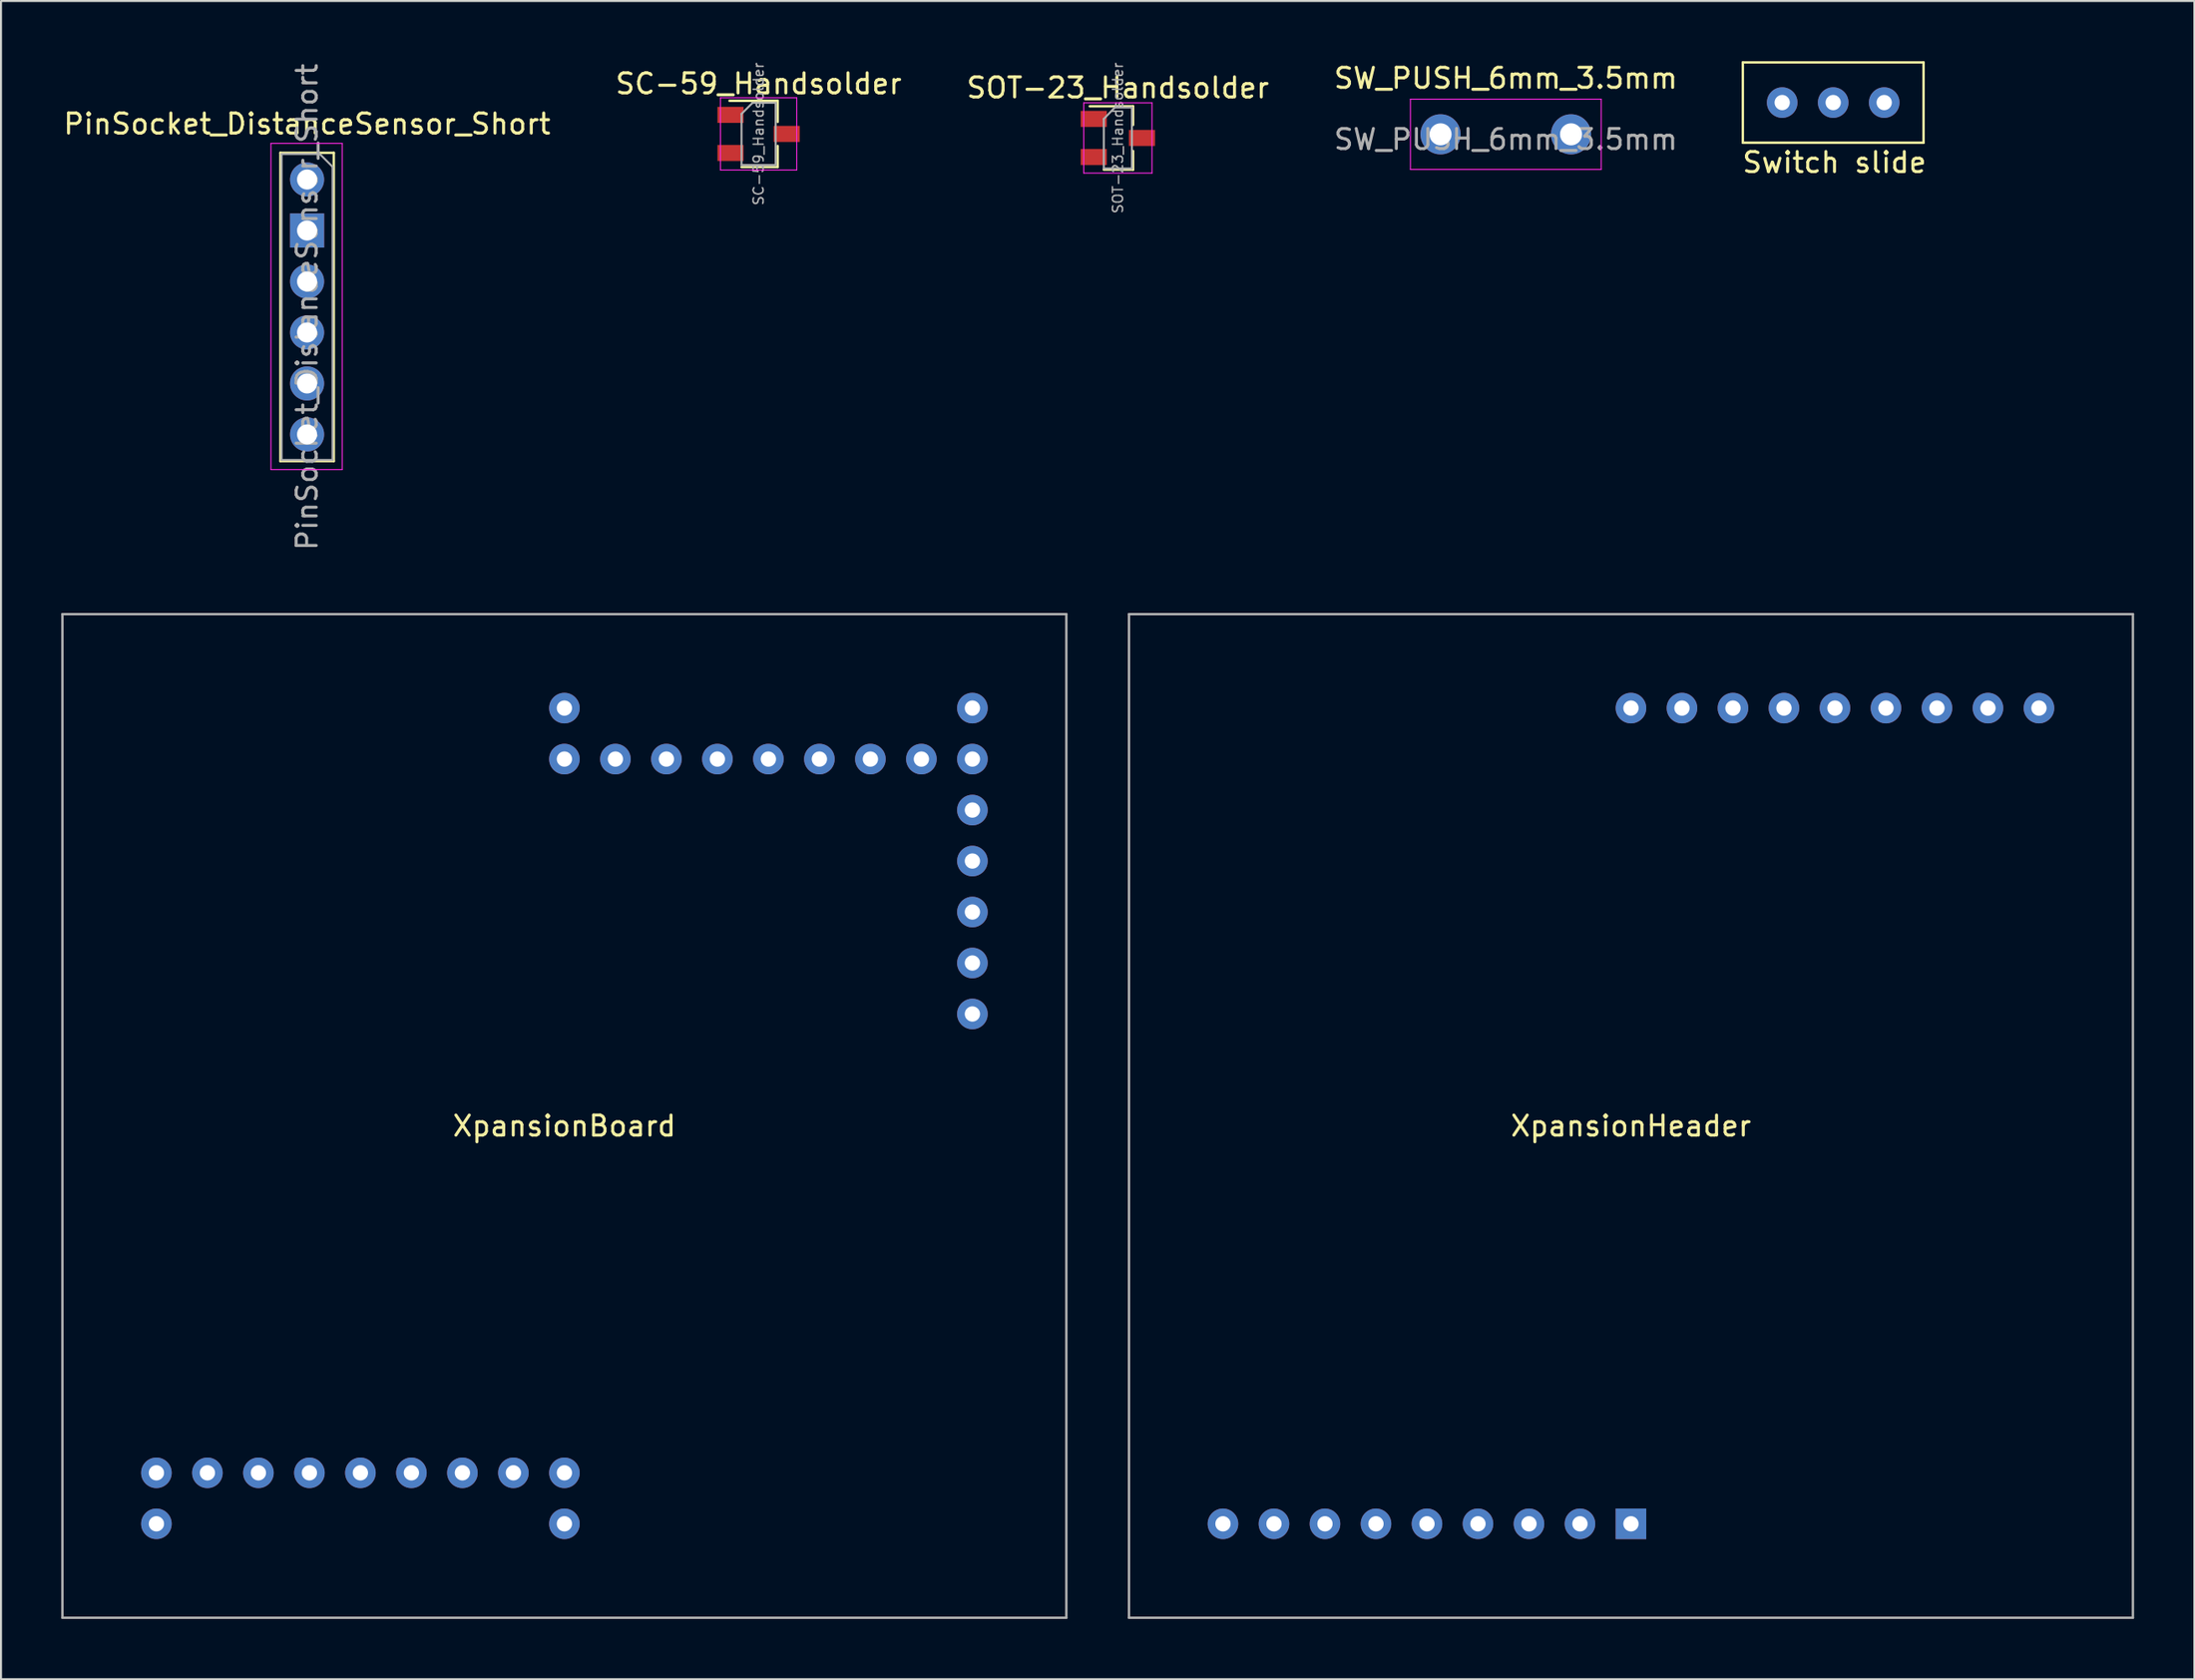
<source format=kicad_pcb>
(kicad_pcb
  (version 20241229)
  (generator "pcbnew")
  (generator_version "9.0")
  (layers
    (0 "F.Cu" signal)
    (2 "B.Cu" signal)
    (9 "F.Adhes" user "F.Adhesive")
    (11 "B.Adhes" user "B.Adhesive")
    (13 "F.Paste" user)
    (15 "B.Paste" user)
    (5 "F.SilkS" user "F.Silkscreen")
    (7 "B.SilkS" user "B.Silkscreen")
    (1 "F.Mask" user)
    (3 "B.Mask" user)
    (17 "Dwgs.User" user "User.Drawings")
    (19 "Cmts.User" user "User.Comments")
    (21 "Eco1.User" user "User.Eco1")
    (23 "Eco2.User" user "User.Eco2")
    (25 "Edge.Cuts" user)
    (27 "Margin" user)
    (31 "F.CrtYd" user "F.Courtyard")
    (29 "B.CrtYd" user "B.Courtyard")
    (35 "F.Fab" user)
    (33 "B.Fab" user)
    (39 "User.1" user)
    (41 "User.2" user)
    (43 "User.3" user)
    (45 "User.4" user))
  (footprint "SC-59_Handsolder"
    (layer "F.Cu")
    (at 34.732 3.622)
    (property "Reference" "SC-59_Handsolder" (at 0 -2.5 0) (layer "F.SilkS") (effects (font (size 1 1) (thickness 0.15))))
    (attr smd)
    (fp_line (start -1.45 -1.65) (end 0.95 -1.65) (stroke (width 0.12) (type solid)) (layer "F.SilkS"))
    (fp_line (start -0.85 1.65) (end 0.95 1.65) (stroke (width 0.12) (type solid)) (layer "F.SilkS"))
    (fp_line (start 0.95 -1.65) (end 0.95 -0.6) (stroke (width 0.12) (type solid)) (layer "F.SilkS"))
    (fp_line (start 0.95 1.65) (end 0.95 0.6) (stroke (width 0.12) (type solid)) (layer "F.SilkS"))
    (fp_line (start -1.9 -1.8) (end -1.9 1.8) (stroke (width 0.05) (type solid)) (layer "F.CrtYd"))
    (fp_line (start -1.9 -1.8) (end 1.9 -1.8) (stroke (width 0.05) (type solid)) (layer "F.CrtYd"))
    (fp_line (start 1.9 1.8) (end -1.9 1.8) (stroke (width 0.05) (type solid)) (layer "F.CrtYd"))
    (fp_line (start 1.9 1.8) (end 1.9 -1.8) (stroke (width 0.05) (type solid)) (layer "F.CrtYd"))
    (fp_line (start -0.85 1.55) (end -0.85 -1) (stroke (width 0.1) (type solid)) (layer "F.Fab"))
    (fp_line (start -0.85 1.55) (end 0.85 1.55) (stroke (width 0.1) (type solid)) (layer "F.Fab"))
    (fp_line (start -0.3 -1.55) (end -0.85 -1) (stroke (width 0.1) (type solid)) (layer "F.Fab"))
    (fp_line (start -0.3 -1.55) (end 0.85 -1.55) (stroke (width 0.1) (type solid)) (layer "F.Fab"))
    (fp_line (start 0.85 -1.52) (end 0.85 1.52) (stroke (width 0.1) (type solid)) (layer "F.Fab"))
    (fp_text user "${REFERENCE}" (at 0 0 90) (layer "F.Fab") (effects (font (size 0.5 0.5) (thickness 0.075))))
    (pad "1" smd rect (at -1.4 -0.95) (size 1.3 0.8) (layers "F.Cu" "F.Mask" "F.Paste"))
    (pad "2" smd rect (at -1.4 0.95) (size 1.3 0.8) (layers "F.Cu" "F.Mask" "F.Paste"))
    (pad "3" smd rect (at 1.4 0) (size 1.3 0.8) (layers "F.Cu" "F.Mask" "F.Paste")))
  (footprint "Switch slide"
    (layer "F.Cu")
    (at 88.252 2.06)
    (property "Reference" "Switch slide" (at 0.064 2.985 0) (layer "F.SilkS") (effects (font (size 1 1) (thickness 0.15))))
    (attr through_hole)
    (fp_line (start -4.5 -2) (end -4.5 2) (stroke (width 0.12) (type solid)) (layer "F.SilkS"))
    (fp_line (start -4.5 -2) (end 4.5 -2) (stroke (width 0.12) (type solid)) (layer "F.SilkS"))
    (fp_line (start -4.5 2) (end 4.5 2) (stroke (width 0.12) (type solid)) (layer "F.SilkS"))
    (fp_line (start 4.5 -2) (end 4.5 2) (stroke (width 0.12) (type solid)) (layer "F.SilkS"))
    (pad "1" thru_hole circle (at -2.54 0) (size 1.524 1.524) (drill 0.762) (layers "*.Cu" "*.Mask"))
    (pad "2" thru_hole circle (at 0 0) (size 1.524 1.524) (drill 0.762) (layers "*.Cu" "*.Mask"))
    (pad "3" thru_hole circle (at 2.54 0) (size 1.524 1.524) (drill 0.762) (layers "*.Cu" "*.Mask")))
  (footprint "SOT-23_Handsolder"
    (layer "F.Cu")
    (at 52.625 3.824)
    (property "Reference" "SOT-23_Handsolder" (at 0 -2.5 0) (layer "F.SilkS") (effects (font (size 1 1) (thickness 0.15))))
    (attr smd)
    (fp_line (start 0.76 -1.58) (end -1.4 -1.58) (stroke (width 0.12) (type solid)) (layer "F.SilkS"))
    (fp_line (start 0.76 -1.58) (end 0.76 -0.65) (stroke (width 0.12) (type solid)) (layer "F.SilkS"))
    (fp_line (start 0.76 1.58) (end -0.7 1.58) (stroke (width 0.12) (type solid)) (layer "F.SilkS"))
    (fp_line (start 0.76 1.58) (end 0.76 0.65) (stroke (width 0.12) (type solid)) (layer "F.SilkS"))
    (fp_line (start -1.7 -1.75) (end 1.7 -1.75) (stroke (width 0.05) (type solid)) (layer "F.CrtYd"))
    (fp_line (start -1.7 1.75) (end -1.7 -1.75) (stroke (width 0.05) (type solid)) (layer "F.CrtYd"))
    (fp_line (start 1.7 -1.75) (end 1.7 1.75) (stroke (width 0.05) (type solid)) (layer "F.CrtYd"))
    (fp_line (start 1.7 1.75) (end -1.7 1.75) (stroke (width 0.05) (type solid)) (layer "F.CrtYd"))
    (fp_line (start -0.7 -0.95) (end -0.7 1.5) (stroke (width 0.1) (type solid)) (layer "F.Fab"))
    (fp_line (start -0.7 -0.95) (end -0.15 -1.52) (stroke (width 0.1) (type solid)) (layer "F.Fab"))
    (fp_line (start -0.7 1.52) (end 0.7 1.52) (stroke (width 0.1) (type solid)) (layer "F.Fab"))
    (fp_line (start -0.15 -1.52) (end 0.7 -1.52) (stroke (width 0.1) (type solid)) (layer "F.Fab"))
    (fp_line (start 0.7 -1.52) (end 0.7 1.52) (stroke (width 0.1) (type solid)) (layer "F.Fab"))
    (fp_text user "${REFERENCE}" (at 0 0 90) (layer "F.Fab") (effects (font (size 0.5 0.5) (thickness 0.075))))
    (pad "1" smd rect (at -1.2 -0.95) (size 1.3 0.8) (layers "F.Cu" "F.Mask" "F.Paste"))
    (pad "2" smd rect (at -1.2 0.95) (size 1.3 0.8) (layers "F.Cu" "F.Mask" "F.Paste"))
    (pad "3" smd rect (at 1.2 0) (size 1.3 0.8) (layers "F.Cu" "F.Mask" "F.Paste")))
  (footprint "SW_PUSH_6mm_3.5mm"
    (layer "F.Cu")
    (at 68.696 3.642)
    (property "Reference" "SW_PUSH_6mm_3.5mm" (at 3.25 -2.794 0) (layer "F.SilkS") (effects (font (size 1 1) (thickness 0.15))))
    (attr through_hole)
    (fp_line (start -1.5 -1.75) (end -1.5 1.75) (stroke (width 0.05) (type solid)) (layer "F.CrtYd"))
    (fp_line (start -1.5 -1.75) (end 8 -1.75) (stroke (width 0.05) (type solid)) (layer "F.CrtYd"))
    (fp_line (start 8 -1.75) (end 8 1.75) (stroke (width 0.05) (type solid)) (layer "F.CrtYd"))
    (fp_line (start 8 1.75) (end -1.5 1.75) (stroke (width 0.05) (type solid)) (layer "F.CrtYd"))
    (fp_text user "${REFERENCE}" (at 3.25 0.254 0) (layer "F.Fab") (effects (font (size 1 1) (thickness 0.15))))
    (pad "1" thru_hole circle (at 0 0 90) (size 2 2) (drill 1.1) (layers "*.Cu" "*.Mask"))
    (pad "2" thru_hole circle (at 6.5 0 90) (size 2 2) (drill 1.1) (layers "*.Cu" "*.Mask")))
  (footprint "XpansionHeader"
    (layer "F.Cu")
    (at 78.18 52.548)
    (property "Reference" "XpansionHeader" (at 0 0.5 0) (layer "F.SilkS") (effects (font (size 1 1) (thickness 0.15))))
    (attr through_hole)
    (fp_line (start -25 -25) (end -25 25) (stroke (width 0.12) (type solid)) (layer "F.Fab"))
    (fp_line (start -25 -25) (end 25 -25) (stroke (width 0.12) (type solid)) (layer "F.Fab"))
    (fp_line (start -25 25) (end 25 25) (stroke (width 0.12) (type solid)) (layer "F.Fab"))
    (fp_line (start 25 -25) (end 25 25) (stroke (width 0.12) (type solid)) (layer "F.Fab"))
    (pad "1" thru_hole circle (at 20.32 -20.32) (size 1.524 1.524) (drill 0.762) (layers "*.Cu" "*.Mask"))
    (pad "2" thru_hole circle (at 17.78 -20.32) (size 1.524 1.524) (drill 0.762) (layers "*.Cu" "*.Mask"))
    (pad "3" thru_hole circle (at 15.24 -20.32) (size 1.524 1.524) (drill 0.762) (layers "*.Cu" "*.Mask"))
    (pad "4" thru_hole circle (at 12.7 -20.32) (size 1.524 1.524) (drill 0.762) (layers "*.Cu" "*.Mask"))
    (pad "5" thru_hole circle (at 10.16 -20.32) (size 1.524 1.524) (drill 0.762) (layers "*.Cu" "*.Mask"))
    (pad "6" thru_hole circle (at 7.62 -20.32) (size 1.524 1.524) (drill 0.762) (layers "*.Cu" "*.Mask"))
    (pad "7" thru_hole circle (at 5.08 -20.32) (size 1.524 1.524) (drill 0.762) (layers "*.Cu" "*.Mask"))
    (pad "8" thru_hole circle (at 2.54 -20.32) (size 1.524 1.524) (drill 0.762) (layers "*.Cu" "*.Mask"))
    (pad "9" thru_hole circle (at 0 -20.32) (size 1.524 1.524) (drill 0.762) (layers "*.Cu" "*.Mask"))
    (pad "10" thru_hole rect (at 0 20.32 90) (size 1.524 1.524) (drill 0.762) (layers "*.Cu" "*.Mask"))
    (pad "11" thru_hole circle (at -2.54 20.32) (size 1.524 1.524) (drill 0.762) (layers "*.Cu" "*.Mask"))
    (pad "12" thru_hole circle (at -5.08 20.32 90) (size 1.524 1.524) (drill 0.762) (layers "*.Cu" "*.Mask"))
    (pad "13" thru_hole circle (at -7.62 20.32) (size 1.524 1.524) (drill 0.762) (layers "*.Cu" "*.Mask"))
    (pad "14" thru_hole circle (at -10.16 20.32) (size 1.524 1.524) (drill 0.762) (layers "*.Cu" "*.Mask"))
    (pad "15" thru_hole circle (at -12.7 20.32) (size 1.524 1.524) (drill 0.762) (layers "*.Cu" "*.Mask"))
    (pad "16" thru_hole circle (at -15.24 20.32) (size 1.524 1.524) (drill 0.762) (layers "*.Cu" "*.Mask"))
    (pad "17" thru_hole circle (at -17.78 20.32) (size 1.524 1.524) (drill 0.762) (layers "*.Cu" "*.Mask"))
    (pad "18" thru_hole circle (at -20.32 20.32) (size 1.524 1.524) (drill 0.762) (layers "*.Cu" "*.Mask")))
  (footprint "PinSocket_DistanceSensor_Short"
    (layer "F.Cu")
    (at 12.244 5.894)
    (property "Reference" "PinSocket_DistanceSensor_Short" (at 0 -2.77 0) (layer "F.SilkS") (effects (font (size 1 1) (thickness 0.15))))
    (attr through_hole)
    (fp_line (start -1.33 -1.33) (end -1.33 14.03) (stroke (width 0.12) (type solid)) (layer "F.SilkS"))
    (fp_line (start -1.33 -1.33) (end 1.33 -1.33) (stroke (width 0.12) (type solid)) (layer "F.SilkS"))
    (fp_line (start -1.33 14.03) (end 1.33 14.03) (stroke (width 0.12) (type solid)) (layer "F.SilkS"))
    (fp_line (start 1.33 -1.33) (end 1.33 14.03) (stroke (width 0.12) (type solid)) (layer "F.SilkS"))
    (fp_line (start -1.8 -1.8) (end 1.75 -1.8) (stroke (width 0.05) (type solid)) (layer "F.CrtYd"))
    (fp_line (start -1.8 14.45) (end -1.8 -1.8) (stroke (width 0.05) (type solid)) (layer "F.CrtYd"))
    (fp_line (start 1.75 -1.8) (end 1.75 14.45) (stroke (width 0.05) (type solid)) (layer "F.CrtYd"))
    (fp_line (start 1.75 14.45) (end -1.8 14.45) (stroke (width 0.05) (type solid)) (layer "F.CrtYd"))
    (fp_line (start -1.27 -1.27) (end 0.635 -1.27) (stroke (width 0.1) (type solid)) (layer "F.Fab"))
    (fp_line (start -1.27 13.97) (end -1.27 -1.27) (stroke (width 0.1) (type solid)) (layer "F.Fab"))
    (fp_line (start 0.635 -1.27) (end 1.27 -0.635) (stroke (width 0.1) (type solid)) (layer "F.Fab"))
    (fp_line (start 1.27 -0.635) (end 1.27 13.97) (stroke (width 0.1) (type solid)) (layer "F.Fab"))
    (fp_line (start 1.27 13.97) (end -1.27 13.97) (stroke (width 0.1) (type solid)) (layer "F.Fab"))
    (fp_text user "${REFERENCE}" (at 0 6.35 90) (layer "F.Fab") (effects (font (size 1 1) (thickness 0.15))))
    (pad "1" thru_hole circle (at 0 0) (size 1.7 1.7) (drill 1) (layers "*.Cu" "*.Mask"))
    (pad "2" thru_hole rect (at 0 2.54) (size 1.7 1.7) (drill 1) (layers "*.Cu" "*.Mask"))
    (pad "3" thru_hole oval (at 0 5.08) (size 1.7 1.7) (drill 1) (layers "*.Cu" "*.Mask"))
    (pad "4" thru_hole oval (at 0 7.62) (size 1.7 1.7) (drill 1) (layers "*.Cu" "*.Mask"))
    (pad "5" thru_hole oval (at 0 10.16) (size 1.7 1.7) (drill 1) (layers "*.Cu" "*.Mask"))
    (pad "6" thru_hole oval (at 0 12.7) (size 1.7 1.7) (drill 1) (layers "*.Cu" "*.Mask")))
  (footprint "XpansionBoard"
    (layer "F.Cu")
    (at 25.06 52.548)
    (property "Reference" "XpansionBoard" (at 0 0.5 0) (layer "F.SilkS") (effects (font (size 1 1) (thickness 0.15))))
    (attr through_hole)
    (fp_line (start -25 -25) (end -25 25) (stroke (width 0.12) (type solid)) (layer "F.Fab"))
    (fp_line (start -25 -25) (end 25 -25) (stroke (width 0.12) (type solid)) (layer "F.Fab"))
    (fp_line (start -25 25) (end 25 25) (stroke (width 0.12) (type solid)) (layer "F.Fab"))
    (fp_line (start 25 -25) (end 25 25) (stroke (width 0.12) (type solid)) (layer "F.Fab"))
    (pad "1" thru_hole circle (at 20.32 -17.78) (size 1.524 1.524) (drill 0.762) (layers "*.Cu" "*.Mask"))
    (pad "2" thru_hole circle (at 17.78 -17.78) (size 1.524 1.524) (drill 0.762) (layers "*.Cu" "*.Mask"))
    (pad "3" thru_hole circle (at 15.24 -17.78) (size 1.524 1.524) (drill 0.762) (layers "*.Cu" "*.Mask"))
    (pad "4" thru_hole circle (at 12.7 -17.78) (size 1.524 1.524) (drill 0.762) (layers "*.Cu" "*.Mask"))
    (pad "5" thru_hole circle (at 10.16 -17.78) (size 1.524 1.524) (drill 0.762) (layers "*.Cu" "*.Mask"))
    (pad "6" thru_hole circle (at 7.62 -17.78) (size 1.524 1.524) (drill 0.762) (layers "*.Cu" "*.Mask"))
    (pad "7" thru_hole circle (at 5.08 -17.78) (size 1.524 1.524) (drill 0.762) (layers "*.Cu" "*.Mask"))
    (pad "8" thru_hole circle (at 2.54 -17.78) (size 1.524 1.524) (drill 0.762) (layers "*.Cu" "*.Mask"))
    (pad "9" thru_hole circle (at 0 -17.78) (size 1.524 1.524) (drill 0.762) (layers "*.Cu" "*.Mask"))
    (pad "10" thru_hole circle (at 0 17.78) (size 1.524 1.524) (drill 0.762) (layers "*.Cu" "*.Mask"))
    (pad "11" thru_hole circle (at -2.54 17.78) (size 1.524 1.524) (drill 0.762) (layers "*.Cu" "*.Mask"))
    (pad "12" thru_hole circle (at -5.08 17.78) (size 1.524 1.524) (drill 0.762) (layers "*.Cu" "*.Mask"))
    (pad "13" thru_hole circle (at -7.62 17.78) (size 1.524 1.524) (drill 0.762) (layers "*.Cu" "*.Mask"))
    (pad "14" thru_hole circle (at -10.16 17.78) (size 1.524 1.524) (drill 0.762) (layers "*.Cu" "*.Mask"))
    (pad "15" thru_hole circle (at -12.7 17.78) (size 1.524 1.524) (drill 0.762) (layers "*.Cu" "*.Mask"))
    (pad "16" thru_hole circle (at -15.24 17.78) (size 1.524 1.524) (drill 0.762) (layers "*.Cu" "*.Mask"))
    (pad "17" thru_hole circle (at -17.78 17.78) (size 1.524 1.524) (drill 0.762) (layers "*.Cu" "*.Mask"))
    (pad "18" thru_hole circle (at -20.32 17.78) (size 1.524 1.524) (drill 0.762) (layers "*.Cu" "*.Mask"))
    (pad "19" thru_hole circle (at 20.32 -15.24) (size 1.524 1.524) (drill 0.762) (layers "*.Cu" "*.Mask"))
    (pad "20" thru_hole circle (at -20.32 20.32) (size 1.524 1.524) (drill 0.762) (layers "*.Cu" "*.Mask"))
    (pad "21" thru_hole circle (at 20.32 -12.7) (size 1.524 1.524) (drill 0.762) (layers "*.Cu" "*.Mask"))
    (pad "22" thru_hole circle (at 20.32 -10.16) (size 1.524 1.524) (drill 0.762) (layers "*.Cu" "*.Mask"))
    (pad "23" thru_hole circle (at 20.32 -7.62) (size 1.524 1.524) (drill 0.762) (layers "*.Cu" "*.Mask"))
    (pad "24" thru_hole circle (at 20.32 -5.08) (size 1.524 1.524) (drill 0.762) (layers "*.Cu" "*.Mask"))
    (pad "97" thru_hole circle (at 20.32 -20.32) (size 1.524 1.524) (drill 0.762) (layers "*.Cu" "*.Mask"))
    (pad "98" thru_hole circle (at 0 -20.32) (size 1.524 1.524) (drill 0.762) (layers "*.Cu" "*.Mask"))
    (pad "99" thru_hole circle (at 0 20.32) (size 1.524 1.524) (drill 0.762) (layers "*.Cu" "*.Mask")))
  (gr_rect
    (start -3 -3)
    (end 106.24 80.608)
    (stroke (width 0.1) (type default))
    (fill no)
    (layer "Edge.Cuts")))
</source>
